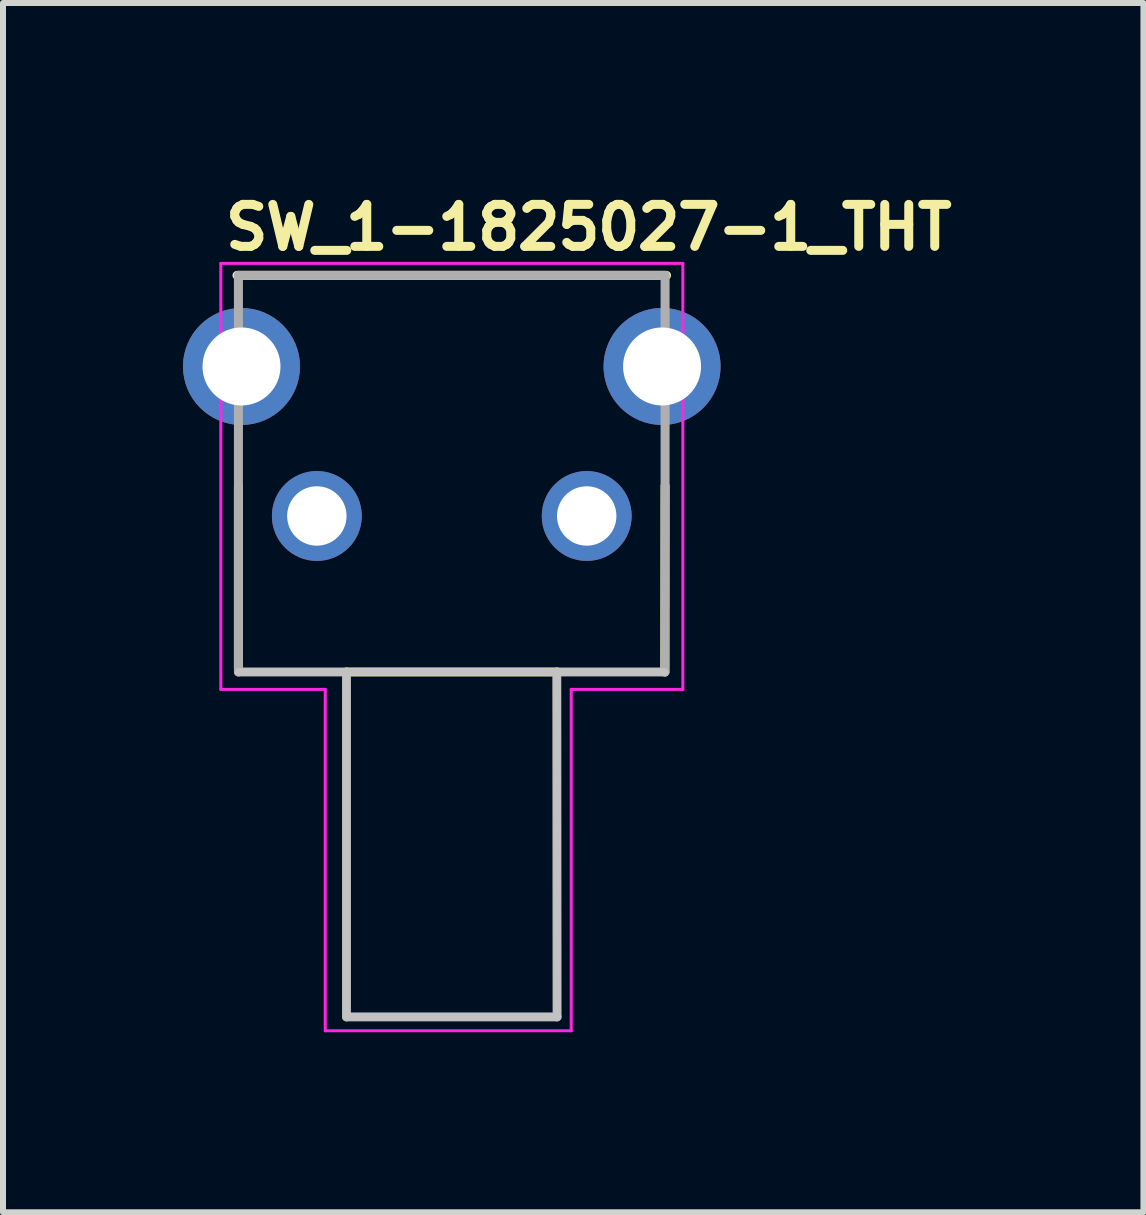
<source format=kicad_pcb>
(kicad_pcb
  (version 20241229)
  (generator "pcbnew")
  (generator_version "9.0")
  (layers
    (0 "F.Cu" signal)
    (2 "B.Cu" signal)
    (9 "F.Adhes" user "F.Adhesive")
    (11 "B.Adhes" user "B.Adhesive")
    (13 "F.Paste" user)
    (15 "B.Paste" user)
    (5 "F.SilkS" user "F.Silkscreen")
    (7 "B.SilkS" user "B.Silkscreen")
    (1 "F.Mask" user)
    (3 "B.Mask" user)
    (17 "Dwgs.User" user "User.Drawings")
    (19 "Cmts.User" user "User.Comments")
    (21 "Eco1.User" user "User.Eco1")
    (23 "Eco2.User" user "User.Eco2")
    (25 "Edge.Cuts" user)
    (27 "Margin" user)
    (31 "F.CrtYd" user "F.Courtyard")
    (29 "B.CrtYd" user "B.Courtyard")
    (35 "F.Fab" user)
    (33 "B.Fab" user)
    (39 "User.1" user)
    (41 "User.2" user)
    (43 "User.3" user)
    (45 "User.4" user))
  (footprint "SW_1-1825027-1_THT"
    (layer "F.Cu")
    (at 2.231 5.55)
    (property "Reference" "SW_1-1825027-1_THT" (at -1.6 -4.4 0) (layer "F.SilkS") (effects (font (size 0.7 0.7) (thickness 0.15)) (justify left bottom)))
    (attr through_hole)
    (fp_line (start -1.331 -4.01) (end 5.828 -4.01) (stroke (width 0.15) (type solid)) (layer "F.SilkS"))
    (fp_line (start -1.307 2.548) (end -1.307 -0.485) (stroke (width 0.15) (type solid)) (layer "F.SilkS"))
    (fp_line (start 4.004 2.6) (end 0.494 2.6) (stroke (width 0.15) (type solid)) (layer "F.SilkS"))
    (fp_line (start 5.804 -0.5) (end 5.799 2.6) (stroke (width 0.15) (type solid)) (layer "F.SilkS"))
    (fp_line (start 0.494 2.6) (end -1.307 2.6) (stroke (width 0.127) (type solid)) (layer "Dwgs.User"))
    (fp_line (start 0.494 2.6) (end 0.494 8.349) (stroke (width 0.127) (type solid)) (layer "Dwgs.User"))
    (fp_line (start 0.494 8.349) (end 4.004 8.349) (stroke (width 0.127) (type solid)) (layer "Dwgs.User"))
    (fp_line (start 4.004 2.6) (end 0.494 2.6) (stroke (width 0.127) (type solid)) (layer "Dwgs.User"))
    (fp_line (start 4.004 8.349) (end 4.004 2.6) (stroke (width 0.127) (type solid)) (layer "Dwgs.User"))
    (fp_line (start 5.799 2.6) (end 3.999 2.6) (stroke (width 0.127) (type solid)) (layer "Dwgs.User"))
    (fp_line (start -1.6 -4.21) (end -1.6 2.89) (stroke (width 0.05) (type solid)) (layer "F.CrtYd"))
    (fp_line (start -1.6 2.89) (end 0.14 2.89) (stroke (width 0.05) (type solid)) (layer "F.CrtYd"))
    (fp_line (start 0.14 2.89) (end 0.14 8.58) (stroke (width 0.05) (type solid)) (layer "F.CrtYd"))
    (fp_line (start 0.14 8.58) (end 4.24 8.58) (stroke (width 0.05) (type solid)) (layer "F.CrtYd"))
    (fp_line (start 4.24 2.89) (end 6.1 2.89) (stroke (width 0.05) (type solid)) (layer "F.CrtYd"))
    (fp_line (start 4.24 8.58) (end 4.24 2.89) (stroke (width 0.05) (type solid)) (layer "F.CrtYd"))
    (fp_line (start 6.1 -4.21) (end -1.6 -4.21) (stroke (width 0.05) (type solid)) (layer "F.CrtYd"))
    (fp_line (start 6.1 2.89) (end 6.1 -4.21) (stroke (width 0.05) (type solid)) (layer "F.CrtYd"))
    (fp_line (start -1.307 -4.01) (end 5.804 -4.01) (stroke (width 0.15) (type solid)) (layer "F.Fab"))
    (fp_line (start -1.307 2.6) (end -1.307 -4.01) (stroke (width 0.15) (type solid)) (layer "F.Fab"))
    (fp_line (start 0.494 2.6) (end -1.307 2.6) (stroke (width 0.15) (type solid)) (layer "F.Fab"))
    (fp_line (start 0.494 2.6) (end 0.494 8.349) (stroke (width 0.15) (type solid)) (layer "F.Fab"))
    (fp_line (start 0.494 8.349) (end 4.004 8.349) (stroke (width 0.15) (type solid)) (layer "F.Fab"))
    (fp_line (start 4.004 8.349) (end 3.999 2.6) (stroke (width 0.15) (type solid)) (layer "F.Fab"))
    (fp_line (start 5.799 2.6) (end 3.999 2.6) (stroke (width 0.15) (type solid)) (layer "F.Fab"))
    (fp_line (start 5.804 -4.01) (end 5.804 2.6) (stroke (width 0.15) (type solid)) (layer "F.Fab"))
    (fp_rect (start -1.954 -4.02) (end 6.453 8.351) (stroke (width 0.1) (type solid)) (fill no) (layer "User.5"))
    (fp_line (start -1.954 -2.991) (end -1.954 -2) (stroke (width 0.02) (type solid)) (layer "User.9"))
    (fp_line (start -1.954 -2.991) (end -1.861 -2.991) (stroke (width 0.02) (type solid)) (layer "User.9"))
    (fp_line (start -1.954 -2) (end -1.861 -2) (stroke (width 0.02) (type solid)) (layer "User.9"))
    (fp_line (start -1.911 -2.991) (end -1.861 -2.991) (stroke (width 0.02) (type solid)) (layer "User.9"))
    (fp_line (start -1.911 -2) (end -1.861 -2) (stroke (width 0.02) (type solid)) (layer "User.9"))
    (fp_line (start -1.861 -2.991) (end -1.329 -2.991) (stroke (width 0.02) (type solid)) (layer "User.9"))
    (fp_line (start -1.861 -2) (end -1.329 -2) (stroke (width 0.02) (type solid)) (layer "User.9"))
    (fp_line (start -1.329 -2.991) (end -1.307 -2.991) (stroke (width 0.02) (type solid)) (layer "User.9"))
    (fp_line (start -1.329 -2) (end -1.307 -2) (stroke (width 0.02) (type solid)) (layer "User.9"))
    (fp_line (start -1.307 -4.02) (end -1.307 -2.672) (stroke (width 0.02) (type solid)) (layer "User.9"))
    (fp_line (start -1.307 -2.672) (end -1.307 -1.073) (stroke (width 0.02) (type solid)) (layer "User.9"))
    (fp_line (start -1.307 -1.073) (end -1.307 -0.566) (stroke (width 0.02) (type solid)) (layer "User.9"))
    (fp_line (start -1.307 -0.591) (end -1.307 -0.566) (stroke (width 0.02) (type solid)) (layer "User.9"))
    (fp_line (start -1.307 2.152) (end -1.307 -0.566) (stroke (width 0.02) (type solid)) (layer "User.9"))
    (fp_line (start -1.307 2.152) (end -1.307 2.175) (stroke (width 0.02) (type solid)) (layer "User.9"))
    (fp_line (start -1.307 2.175) (end -1.305 2.196) (stroke (width 0.02) (type solid)) (layer "User.9"))
    (fp_line (start -1.305 -0.617) (end -1.307 -0.591) (stroke (width 0.02) (type solid)) (layer "User.9"))
    (fp_line (start -1.305 2.196) (end -1.303 2.217) (stroke (width 0.02) (type solid)) (layer "User.9"))
    (fp_line (start -1.303 2.217) (end -1.299 2.237) (stroke (width 0.02) (type solid)) (layer "User.9"))
    (fp_line (start -1.301 -0.643) (end -1.305 -0.617) (stroke (width 0.02) (type solid)) (layer "User.9"))
    (fp_line (start -1.299 2.237) (end -1.295 2.258) (stroke (width 0.02) (type solid)) (layer "User.9"))
    (fp_line (start -1.297 -0.668) (end -1.301 -0.643) (stroke (width 0.02) (type solid)) (layer "User.9"))
    (fp_line (start -1.295 2.258) (end -1.289 2.278) (stroke (width 0.02) (type solid)) (layer "User.9"))
    (fp_line (start -1.291 -0.693) (end -1.297 -0.668) (stroke (width 0.02) (type solid)) (layer "User.9"))
    (fp_line (start -1.289 2.278) (end -1.283 2.298) (stroke (width 0.02) (type solid)) (layer "User.9"))
    (fp_line (start -1.285 -0.716) (end -1.291 -0.693) (stroke (width 0.02) (type solid)) (layer "User.9"))
    (fp_line (start -1.283 2.298) (end -1.276 2.318) (stroke (width 0.02) (type solid)) (layer "User.9"))
    (fp_line (start -1.276 -0.739) (end -1.285 -0.716) (stroke (width 0.02) (type solid)) (layer "User.9"))
    (fp_line (start -1.276 2.318) (end -1.268 2.338) (stroke (width 0.02) (type solid)) (layer "User.9"))
    (fp_line (start -1.268 -0.762) (end -1.276 -0.739) (stroke (width 0.02) (type solid)) (layer "User.9"))
    (fp_line (start -1.268 2.338) (end -1.26 2.355) (stroke (width 0.02) (type solid)) (layer "User.9"))
    (fp_line (start -1.26 2.355) (end -1.25 2.374) (stroke (width 0.02) (type solid)) (layer "User.9"))
    (fp_line (start -1.256 -0.786) (end -1.268 -0.762) (stroke (width 0.02) (type solid)) (layer "User.9"))
    (fp_line (start -1.25 2.374) (end -1.24 2.391) (stroke (width 0.02) (type solid)) (layer "User.9"))
    (fp_line (start -1.246 -0.808) (end -1.256 -0.786) (stroke (width 0.02) (type solid)) (layer "User.9"))
    (fp_line (start -1.24 2.391) (end -1.228 2.41) (stroke (width 0.02) (type solid)) (layer "User.9"))
    (fp_line (start -1.234 -0.829) (end -1.246 -0.808) (stroke (width 0.02) (type solid)) (layer "User.9"))
    (fp_line (start -1.228 2.41) (end -1.216 2.426) (stroke (width 0.02) (type solid)) (layer "User.9"))
    (fp_line (start -1.22 -0.849) (end -1.234 -0.829) (stroke (width 0.02) (type solid)) (layer "User.9"))
    (fp_line (start -1.216 2.426) (end -1.204 2.442) (stroke (width 0.02) (type solid)) (layer "User.9"))
    (fp_line (start -1.206 -0.869) (end -1.22 -0.849) (stroke (width 0.02) (type solid)) (layer "User.9"))
    (fp_line (start -1.204 2.442) (end -1.19 2.458) (stroke (width 0.02) (type solid)) (layer "User.9"))
    (fp_line (start -1.19 -0.888) (end -1.206 -0.869) (stroke (width 0.02) (type solid)) (layer "User.9"))
    (fp_line (start -1.19 2.458) (end -1.176 2.472) (stroke (width 0.02) (type solid)) (layer "User.9"))
    (fp_line (start -1.176 -0.907) (end -1.19 -0.888) (stroke (width 0.02) (type solid)) (layer "User.9"))
    (fp_line (start -1.176 2.472) (end -1.162 2.487) (stroke (width 0.02) (type solid)) (layer "User.9"))
    (fp_line (start -1.162 2.487) (end -1.147 2.5) (stroke (width 0.02) (type solid)) (layer "User.9"))
    (fp_line (start -1.158 -0.925) (end -1.176 -0.907) (stroke (width 0.02) (type solid)) (layer "User.9"))
    (fp_line (start -1.147 2.5) (end -1.131 2.514) (stroke (width 0.02) (type solid)) (layer "User.9"))
    (fp_line (start -1.141 -0.942) (end -1.158 -0.925) (stroke (width 0.02) (type solid)) (layer "User.9"))
    (fp_line (start -1.131 2.514) (end -1.115 2.526) (stroke (width 0.02) (type solid)) (layer "User.9"))
    (fp_line (start -1.123 -0.958) (end -1.141 -0.942) (stroke (width 0.02) (type solid)) (layer "User.9"))
    (fp_line (start -1.115 2.526) (end -1.097 2.538) (stroke (width 0.02) (type solid)) (layer "User.9"))
    (fp_line (start -1.103 -0.972) (end -1.123 -0.958) (stroke (width 0.02) (type solid)) (layer "User.9"))
    (fp_line (start -1.097 2.538) (end -1.079 2.547) (stroke (width 0.02) (type solid)) (layer "User.9"))
    (fp_line (start -1.083 -0.986) (end -1.103 -0.972) (stroke (width 0.02) (type solid)) (layer "User.9"))
    (fp_line (start -1.079 2.547) (end -1.061 2.558) (stroke (width 0.02) (type solid)) (layer "User.9"))
    (fp_line (start -1.063 -0.999) (end -1.083 -0.986) (stroke (width 0.02) (type solid)) (layer "User.9"))
    (fp_line (start -1.061 2.558) (end -1.043 2.568) (stroke (width 0.02) (type solid)) (layer "User.9"))
    (fp_line (start -1.043 2.568) (end -1.024 2.576) (stroke (width 0.02) (type solid)) (layer "User.9"))
    (fp_line (start -1.041 -1.012) (end -1.063 -0.999) (stroke (width 0.02) (type solid)) (layer "User.9"))
    (fp_line (start -1.024 2.576) (end -1.004 2.583) (stroke (width 0.02) (type solid)) (layer "User.9"))
    (fp_line (start -1.02 -1.024) (end -1.041 -1.012) (stroke (width 0.02) (type solid)) (layer "User.9"))
    (fp_line (start -1.004 2.583) (end -0.984 2.589) (stroke (width 0.02) (type solid)) (layer "User.9"))
    (fp_line (start -0.996 -1.033) (end -1.02 -1.024) (stroke (width 0.02) (type solid)) (layer "User.9"))
    (fp_line (start -0.984 2.589) (end -0.964 2.596) (stroke (width 0.02) (type solid)) (layer "User.9"))
    (fp_line (start -0.973 -1.043) (end -0.996 -1.033) (stroke (width 0.02) (type solid)) (layer "User.9"))
    (fp_line (start -0.964 2.596) (end -0.944 2.6) (stroke (width 0.02) (type solid)) (layer "User.9"))
    (fp_line (start -0.951 -1.051) (end -0.973 -1.043) (stroke (width 0.02) (type solid)) (layer "User.9"))
    (fp_line (start -0.944 2.6) (end -0.923 2.604) (stroke (width 0.02) (type solid)) (layer "User.9"))
    (fp_line (start -0.926 -1.057) (end -0.951 -1.051) (stroke (width 0.02) (type solid)) (layer "User.9"))
    (fp_line (start -0.923 2.604) (end -0.901 2.607) (stroke (width 0.02) (type solid)) (layer "User.9"))
    (fp_line (start -0.902 -1.063) (end -0.926 -1.057) (stroke (width 0.02) (type solid)) (layer "User.9"))
    (fp_line (start -0.901 -4.02) (end -1.307 -4.02) (stroke (width 0.02) (type solid)) (layer "User.9"))
    (fp_line (start -0.901 -4.02) (end -0.901 -2.672) (stroke (width 0.02) (type solid)) (layer "User.9"))
    (fp_line (start -0.901 -2.672) (end -1.307 -2.672) (stroke (width 0.02) (type solid)) (layer "User.9"))
    (fp_line (start -0.901 -2.672) (end -0.901 -1.073) (stroke (width 0.02) (type solid)) (layer "User.9"))
    (fp_line (start -0.901 -1.073) (end -0.901 -1.063) (stroke (width 0.02) (type solid)) (layer "User.9"))
    (fp_line (start -0.901 -0.576) (end -0.901 -0.571) (stroke (width 0.02) (type solid)) (layer "User.9"))
    (fp_line (start -0.901 -0.571) (end -0.901 -0.566) (stroke (width 0.02) (type solid)) (layer "User.9"))
    (fp_line (start -0.901 -0.566) (end -0.898 -0.59) (stroke (width 0.02) (type solid)) (layer "User.9"))
    (fp_line (start -0.901 2.152) (end -0.901 -0.566) (stroke (width 0.02) (type solid)) (layer "User.9"))
    (fp_line (start -0.901 2.152) (end -0.901 2.156) (stroke (width 0.02) (type solid)) (layer "User.9"))
    (fp_line (start -0.901 2.155) (end -0.901 2.152) (stroke (width 0.02) (type solid)) (layer "User.9"))
    (fp_line (start -0.901 2.156) (end -0.901 2.155) (stroke (width 0.02) (type solid)) (layer "User.9"))
    (fp_line (start -0.901 2.156) (end -0.901 2.156) (stroke (width 0.02) (type solid)) (layer "User.9"))
    (fp_line (start -0.901 2.156) (end -0.901 2.157) (stroke (width 0.02) (type solid)) (layer "User.9"))
    (fp_line (start -0.901 2.157) (end -0.901 2.16) (stroke (width 0.02) (type solid)) (layer "User.9"))
    (fp_line (start -0.901 2.159) (end -0.901 2.156) (stroke (width 0.02) (type solid)) (layer "User.9"))
    (fp_line (start -0.901 2.16) (end -0.901 2.159) (stroke (width 0.02) (type solid)) (layer "User.9"))
    (fp_line (start -0.901 2.16) (end -0.9 2.163) (stroke (width 0.02) (type solid)) (layer "User.9"))
    (fp_line (start -0.901 2.607) (end -0.849 2.609) (stroke (width 0.02) (type solid)) (layer "User.9"))
    (fp_line (start -0.9 -0.58) (end -0.901 -0.576) (stroke (width 0.02) (type solid)) (layer "User.9"))
    (fp_line (start -0.9 2.161) (end -0.901 2.16) (stroke (width 0.02) (type solid)) (layer "User.9"))
    (fp_line (start -0.9 2.163) (end -0.9 2.161) (stroke (width 0.02) (type solid)) (layer "User.9"))
    (fp_line (start -0.9 2.163) (end -0.9 2.165) (stroke (width 0.02) (type solid)) (layer "User.9"))
    (fp_line (start -0.9 2.164) (end -0.9 2.163) (stroke (width 0.02) (type solid)) (layer "User.9"))
    (fp_line (start -0.9 2.165) (end -0.899 2.168) (stroke (width 0.02) (type solid)) (layer "User.9"))
    (fp_line (start -0.899 -0.585) (end -0.9 -0.58) (stroke (width 0.02) (type solid)) (layer "User.9"))
    (fp_line (start -0.899 2.165) (end -0.9 2.164) (stroke (width 0.02) (type solid)) (layer "User.9"))
    (fp_line (start -0.899 2.167) (end -0.899 2.165) (stroke (width 0.02) (type solid)) (layer "User.9"))
    (fp_line (start -0.899 2.168) (end -0.899 2.167) (stroke (width 0.02) (type solid)) (layer "User.9"))
    (fp_line (start -0.899 2.168) (end -0.898 2.169) (stroke (width 0.02) (type solid)) (layer "User.9"))
    (fp_line (start -0.898 -0.59) (end -0.899 -0.585) (stroke (width 0.02) (type solid)) (layer "User.9"))
    (fp_line (start -0.898 2.169) (end -0.899 2.168) (stroke (width 0.02) (type solid)) (layer "User.9"))
    (fp_line (start -0.898 2.169) (end -0.896 2.172) (stroke (width 0.02) (type solid)) (layer "User.9"))
    (fp_line (start -0.898 2.171) (end -0.898 2.169) (stroke (width 0.02) (type solid)) (layer "User.9"))
    (fp_line (start -0.896 -0.595) (end -0.898 -0.59) (stroke (width 0.02) (type solid)) (layer "User.9"))
    (fp_line (start -0.896 2.172) (end -0.898 2.171) (stroke (width 0.02) (type solid)) (layer "User.9"))
    (fp_line (start -0.896 2.172) (end -0.895 2.175) (stroke (width 0.02) (type solid)) (layer "User.9"))
    (fp_line (start -0.896 2.173) (end -0.896 2.172) (stroke (width 0.02) (type solid)) (layer "User.9"))
    (fp_line (start -0.895 2.175) (end -0.894 2.177) (stroke (width 0.02) (type solid)) (layer "User.9"))
    (fp_line (start -0.895 2.176) (end -0.896 2.173) (stroke (width 0.02) (type solid)) (layer "User.9"))
    (fp_line (start -0.894 -0.6) (end -0.896 -0.595) (stroke (width 0.02) (type solid)) (layer "User.9"))
    (fp_line (start -0.894 2.177) (end -0.893 2.178) (stroke (width 0.02) (type solid)) (layer "User.9"))
    (fp_line (start -0.893 2.178) (end -0.891 2.181) (stroke (width 0.02) (type solid)) (layer "User.9"))
    (fp_line (start -0.892 -0.604) (end -0.894 -0.6) (stroke (width 0.02) (type solid)) (layer "User.9"))
    (fp_line (start -0.891 2.181) (end -0.89 2.184) (stroke (width 0.02) (type solid)) (layer "User.9"))
    (fp_line (start -0.89 -0.609) (end -0.892 -0.604) (stroke (width 0.02) (type solid)) (layer "User.9"))
    (fp_line (start -0.89 2.184) (end -0.888 2.185) (stroke (width 0.02) (type solid)) (layer "User.9"))
    (fp_line (start -0.888 -0.613) (end -0.89 -0.609) (stroke (width 0.02) (type solid)) (layer "User.9"))
    (fp_line (start -0.888 2.185) (end -0.887 2.186) (stroke (width 0.02) (type solid)) (layer "User.9"))
    (fp_line (start -0.887 2.186) (end -0.885 2.189) (stroke (width 0.02) (type solid)) (layer "User.9"))
    (fp_line (start -0.885 -0.617) (end -0.888 -0.613) (stroke (width 0.02) (type solid)) (layer "User.9"))
    (fp_line (start -0.885 2.189) (end -0.883 2.19) (stroke (width 0.02) (type solid)) (layer "User.9"))
    (fp_line (start -0.883 -0.622) (end -0.885 -0.617) (stroke (width 0.02) (type solid)) (layer "User.9"))
    (fp_line (start -0.883 2.19) (end -0.881 2.193) (stroke (width 0.02) (type solid)) (layer "User.9"))
    (fp_line (start -0.881 2.193) (end -0.879 2.193) (stroke (width 0.02) (type solid)) (layer "User.9"))
    (fp_line (start -0.88 -0.625) (end -0.883 -0.622) (stroke (width 0.02) (type solid)) (layer "User.9"))
    (fp_line (start -0.879 2.193) (end -0.877 2.196) (stroke (width 0.02) (type solid)) (layer "User.9"))
    (fp_line (start -0.877 -0.629) (end -0.88 -0.625) (stroke (width 0.02) (type solid)) (layer "User.9"))
    (fp_line (start -0.877 2.196) (end -0.878 2.194) (stroke (width 0.02) (type solid)) (layer "User.9"))
    (fp_line (start -0.877 2.196) (end -0.875 2.197) (stroke (width 0.02) (type solid)) (layer "User.9"))
    (fp_line (start -0.876 -1.067) (end -0.902 -1.063) (stroke (width 0.02) (type solid)) (layer "User.9"))
    (fp_line (start -0.875 2.197) (end -0.877 2.196) (stroke (width 0.02) (type solid)) (layer "User.9"))
    (fp_line (start -0.875 2.197) (end -0.873 2.197) (stroke (width 0.02) (type solid)) (layer "User.9"))
    (fp_line (start -0.874 -0.633) (end -0.877 -0.629) (stroke (width 0.02) (type solid)) (layer "User.9"))
    (fp_line (start -0.873 2.197) (end -0.875 2.197) (stroke (width 0.02) (type solid)) (layer "User.9"))
    (fp_line (start -0.873 2.197) (end -0.871 2.198) (stroke (width 0.02) (type solid)) (layer "User.9"))
    (fp_line (start -0.871 2.198) (end -0.873 2.197) (stroke (width 0.02) (type solid)) (layer "User.9"))
    (fp_line (start -0.871 2.198) (end -0.868 2.2) (stroke (width 0.02) (type solid)) (layer "User.9"))
    (fp_line (start -0.87 -0.637) (end -0.874 -0.633) (stroke (width 0.02) (type solid)) (layer "User.9"))
    (fp_line (start -0.87 2.2) (end -0.871 2.198) (stroke (width 0.02) (type solid)) (layer "User.9"))
    (fp_line (start -0.868 2.2) (end -0.87 2.2) (stroke (width 0.02) (type solid)) (layer "User.9"))
    (fp_line (start -0.868 2.2) (end -0.866 2.201) (stroke (width 0.02) (type solid)) (layer "User.9"))
    (fp_line (start -0.867 -0.64) (end -0.87 -0.637) (stroke (width 0.02) (type solid)) (layer "User.9"))
    (fp_line (start -0.866 2.201) (end -0.868 2.2) (stroke (width 0.02) (type solid)) (layer "User.9"))
    (fp_line (start -0.866 2.201) (end -0.864 2.201) (stroke (width 0.02) (type solid)) (layer "User.9"))
    (fp_line (start -0.864 2.201) (end -0.866 2.201) (stroke (width 0.02) (type solid)) (layer "User.9"))
    (fp_line (start -0.864 2.201) (end -0.861 2.202) (stroke (width 0.02) (type solid)) (layer "User.9"))
    (fp_line (start -0.863 -0.644) (end -0.867 -0.64) (stroke (width 0.02) (type solid)) (layer "User.9"))
    (fp_line (start -0.863 2.201) (end -0.864 2.201) (stroke (width 0.02) (type solid)) (layer "User.9"))
    (fp_line (start -0.861 2.202) (end -0.863 2.201) (stroke (width 0.02) (type solid)) (layer "User.9"))
    (fp_line (start -0.861 2.202) (end -0.859 2.202) (stroke (width 0.02) (type solid)) (layer "User.9"))
    (fp_line (start -0.859 -0.647) (end -0.863 -0.644) (stroke (width 0.02) (type solid)) (layer "User.9"))
    (fp_line (start -0.859 2.202) (end -0.861 2.202) (stroke (width 0.02) (type solid)) (layer "User.9"))
    (fp_line (start -0.859 2.202) (end -0.857 2.204) (stroke (width 0.02) (type solid)) (layer "User.9"))
    (fp_line (start -0.857 2.202) (end -0.859 2.202) (stroke (width 0.02) (type solid)) (layer "User.9"))
    (fp_line (start -0.857 2.204) (end -0.854 2.204) (stroke (width 0.02) (type solid)) (layer "User.9"))
    (fp_line (start -0.855 -0.65) (end -0.859 -0.647) (stroke (width 0.02) (type solid)) (layer "User.9"))
    (fp_line (start -0.855 2.204) (end -0.857 2.202) (stroke (width 0.02) (type solid)) (layer "User.9"))
    (fp_line (start -0.854 2.204) (end -0.852 2.204) (stroke (width 0.02) (type solid)) (layer "User.9"))
    (fp_line (start -0.853 2.204) (end -0.855 2.204) (stroke (width 0.02) (type solid)) (layer "User.9"))
    (fp_line (start -0.852 2.204) (end -0.849 2.204) (stroke (width 0.02) (type solid)) (layer "User.9"))
    (fp_line (start -0.851 -0.653) (end -0.855 -0.65) (stroke (width 0.02) (type solid)) (layer "User.9"))
    (fp_line (start -0.851 2.204) (end -0.853 2.204) (stroke (width 0.02) (type solid)) (layer "User.9"))
    (fp_line (start -0.85 -1.071) (end -0.876 -1.067) (stroke (width 0.02) (type solid)) (layer "User.9"))
    (fp_line (start -0.849 2.204) (end -0.851 2.204) (stroke (width 0.02) (type solid)) (layer "User.9"))
    (fp_line (start -0.849 2.204) (end -0.748 2.204) (stroke (width 0.02) (type solid)) (layer "User.9"))
    (fp_line (start -0.849 2.609) (end -0.901 2.607) (stroke (width 0.02) (type solid)) (layer "User.9"))
    (fp_line (start -0.847 -0.655) (end -0.851 -0.653) (stroke (width 0.02) (type solid)) (layer "User.9"))
    (fp_line (start -0.843 -0.657) (end -0.847 -0.655) (stroke (width 0.02) (type solid)) (layer "User.9"))
    (fp_line (start -0.838 -0.659) (end -0.843 -0.657) (stroke (width 0.02) (type solid)) (layer "User.9"))
    (fp_line (start -0.833 -0.661) (end -0.838 -0.659) (stroke (width 0.02) (type solid)) (layer "User.9"))
    (fp_line (start -0.83 -0.663) (end -0.833 -0.661) (stroke (width 0.02) (type solid)) (layer "User.9"))
    (fp_line (start -0.826 -1.073) (end -0.85 -1.071) (stroke (width 0.02) (type solid)) (layer "User.9"))
    (fp_line (start -0.825 -0.664) (end -0.83 -0.663) (stroke (width 0.02) (type solid)) (layer "User.9"))
    (fp_line (start -0.82 -0.665) (end -0.825 -0.664) (stroke (width 0.02) (type solid)) (layer "User.9"))
    (fp_line (start -0.815 -0.666) (end -0.82 -0.665) (stroke (width 0.02) (type solid)) (layer "User.9"))
    (fp_line (start -0.81 -0.667) (end -0.815 -0.666) (stroke (width 0.02) (type solid)) (layer "User.9"))
    (fp_line (start -0.805 -0.667) (end -0.81 -0.667) (stroke (width 0.02) (type solid)) (layer "User.9"))
    (fp_line (start -0.8 -1.073) (end -0.826 -1.073) (stroke (width 0.02) (type solid)) (layer "User.9"))
    (fp_line (start -0.8 -1.073) (end -0.748 -1.073) (stroke (width 0.02) (type solid)) (layer "User.9"))
    (fp_line (start -0.8 -0.667) (end -0.805 -0.667) (stroke (width 0.02) (type solid)) (layer "User.9"))
    (fp_line (start -0.8 -0.667) (end -0.748 -0.667) (stroke (width 0.02) (type solid)) (layer "User.9"))
    (fp_line (start -0.748 -1.073) (end -0.748 2.204) (stroke (width 0.02) (type solid)) (layer "User.9"))
    (fp_line (start -0.748 2.204) (end -0.748 2.609) (stroke (width 0.02) (type solid)) (layer "User.9"))
    (fp_line (start -0.748 2.204) (end 5.246 2.204) (stroke (width 0.02) (type solid)) (layer "User.9"))
    (fp_line (start -0.748 2.609) (end -0.849 2.609) (stroke (width 0.02) (type solid)) (layer "User.9"))
    (fp_line (start -0.291 2.609) (end -0.291 2.914) (stroke (width 0.02) (type solid)) (layer "User.9"))
    (fp_line (start -0.279 2.914) (end -0.291 2.914) (stroke (width 0.02) (type solid)) (layer "User.9"))
    (fp_line (start -0.279 2.914) (end -0.279 2.914) (stroke (width 0.02) (type solid)) (layer "User.9"))
    (fp_line (start -0.24 2.914) (end -0.279 2.914) (stroke (width 0.02) (type solid)) (layer "User.9"))
    (fp_line (start -0.24 2.914) (end -0.24 2.914) (stroke (width 0.02) (type solid)) (layer "User.9"))
    (fp_line (start -0.18 2.914) (end -0.24 2.914) (stroke (width 0.02) (type solid)) (layer "User.9"))
    (fp_line (start -0.18 2.914) (end -0.18 2.914) (stroke (width 0.02) (type solid)) (layer "User.9"))
    (fp_line (start -0.1 2.914) (end -0.18 2.914) (stroke (width 0.02) (type solid)) (layer "User.9"))
    (fp_line (start -0.1 2.914) (end -0.1 2.914) (stroke (width 0.02) (type solid)) (layer "User.9"))
    (fp_line (start -0.003 2.914) (end -0.1 2.914) (stroke (width 0.02) (type solid)) (layer "User.9"))
    (fp_line (start -0.003 2.914) (end -0.003 2.914) (stroke (width 0.02) (type solid)) (layer "User.9"))
    (fp_line (start 0.104 2.914) (end -0.003 2.914) (stroke (width 0.02) (type solid)) (layer "User.9"))
    (fp_line (start 0.104 2.914) (end 0.104 2.914) (stroke (width 0.02) (type solid)) (layer "User.9"))
    (fp_line (start 0.216 2.914) (end 0.104 2.914) (stroke (width 0.02) (type solid)) (layer "User.9"))
    (fp_line (start 0.216 2.914) (end 0.216 2.914) (stroke (width 0.02) (type solid)) (layer "User.9"))
    (fp_line (start 0.437 2.914) (end 0.216 2.914) (stroke (width 0.02) (type solid)) (layer "User.9"))
    (fp_line (start 0.437 2.914) (end 0.437 2.914) (stroke (width 0.02) (type solid)) (layer "User.9"))
    (fp_line (start 0.534 2.914) (end 0.437 2.914) (stroke (width 0.02) (type solid)) (layer "User.9"))
    (fp_line (start 0.534 2.914) (end 0.534 2.914) (stroke (width 0.02) (type solid)) (layer "User.9"))
    (fp_line (start 0.614 2.914) (end 0.534 2.914) (stroke (width 0.02) (type solid)) (layer "User.9"))
    (fp_line (start 0.614 2.914) (end 0.614 2.914) (stroke (width 0.02) (type solid)) (layer "User.9"))
    (fp_line (start 0.649 8.153) (end 0.504 2.914) (stroke (width 0.02) (type solid)) (layer "User.9"))
    (fp_line (start 0.649 8.153) (end 0.65 8.163) (stroke (width 0.02) (type solid)) (layer "User.9"))
    (fp_line (start 0.65 8.163) (end 0.651 8.172) (stroke (width 0.02) (type solid)) (layer "User.9"))
    (fp_line (start 0.651 8.172) (end 0.652 8.182) (stroke (width 0.02) (type solid)) (layer "User.9"))
    (fp_line (start 0.652 8.182) (end 0.654 8.192) (stroke (width 0.02) (type solid)) (layer "User.9"))
    (fp_line (start 0.654 8.192) (end 0.657 8.202) (stroke (width 0.02) (type solid)) (layer "User.9"))
    (fp_line (start 0.657 8.202) (end 0.66 8.211) (stroke (width 0.02) (type solid)) (layer "User.9"))
    (fp_line (start 0.66 8.211) (end 0.663 8.22) (stroke (width 0.02) (type solid)) (layer "User.9"))
    (fp_line (start 0.663 8.22) (end 0.667 8.23) (stroke (width 0.02) (type solid)) (layer "User.9"))
    (fp_line (start 0.667 8.23) (end 0.671 8.239) (stroke (width 0.02) (type solid)) (layer "User.9"))
    (fp_line (start 0.671 8.239) (end 0.676 8.247) (stroke (width 0.02) (type solid)) (layer "User.9"))
    (fp_line (start 0.675 2.914) (end 0.614 2.914) (stroke (width 0.02) (type solid)) (layer "User.9"))
    (fp_line (start 0.675 2.914) (end 0.675 2.914) (stroke (width 0.02) (type solid)) (layer "User.9"))
    (fp_line (start 0.676 8.247) (end 0.681 8.256) (stroke (width 0.02) (type solid)) (layer "User.9"))
    (fp_line (start 0.681 8.256) (end 0.686 8.263) (stroke (width 0.02) (type solid)) (layer "User.9"))
    (fp_line (start 0.686 8.263) (end 0.692 8.272) (stroke (width 0.02) (type solid)) (layer "User.9"))
    (fp_line (start 0.692 8.272) (end 0.698 8.278) (stroke (width 0.02) (type solid)) (layer "User.9"))
    (fp_line (start 0.698 8.278) (end 0.703 8.285) (stroke (width 0.02) (type solid)) (layer "User.9"))
    (fp_line (start 0.703 8.285) (end 0.71 8.293) (stroke (width 0.02) (type solid)) (layer "User.9"))
    (fp_line (start 0.71 8.293) (end 0.717 8.3) (stroke (width 0.02) (type solid)) (layer "User.9"))
    (fp_line (start 0.712 2.914) (end 0.675 2.914) (stroke (width 0.02) (type solid)) (layer "User.9"))
    (fp_line (start 0.712 2.914) (end 0.712 2.914) (stroke (width 0.02) (type solid)) (layer "User.9"))
    (fp_line (start 0.717 8.3) (end 0.724 8.306) (stroke (width 0.02) (type solid)) (layer "User.9"))
    (fp_line (start 0.724 2.609) (end 0.724 2.914) (stroke (width 0.02) (type solid)) (layer "User.9"))
    (fp_line (start 0.724 2.914) (end 0.712 2.914) (stroke (width 0.02) (type solid)) (layer "User.9"))
    (fp_line (start 0.724 8.306) (end 0.732 8.311) (stroke (width 0.02) (type solid)) (layer "User.9"))
    (fp_line (start 0.732 8.311) (end 0.74 8.316) (stroke (width 0.02) (type solid)) (layer "User.9"))
    (fp_line (start 0.74 8.316) (end 0.748 8.322) (stroke (width 0.02) (type solid)) (layer "User.9"))
    (fp_line (start 0.748 8.322) (end 0.756 8.326) (stroke (width 0.02) (type solid)) (layer "User.9"))
    (fp_line (start 0.756 8.326) (end 0.765 8.33) (stroke (width 0.02) (type solid)) (layer "User.9"))
    (fp_line (start 0.765 8.33) (end 0.775 8.335) (stroke (width 0.02) (type solid)) (layer "User.9"))
    (fp_line (start 0.775 8.335) (end 0.784 8.339) (stroke (width 0.02) (type solid)) (layer "User.9"))
    (fp_line (start 0.784 8.339) (end 0.793 8.342) (stroke (width 0.02) (type solid)) (layer "User.9"))
    (fp_line (start 0.793 8.342) (end 0.803 8.345) (stroke (width 0.02) (type solid)) (layer "User.9"))
    (fp_line (start 0.803 8.345) (end 0.812 8.346) (stroke (width 0.02) (type solid)) (layer "User.9"))
    (fp_line (start 0.812 8.346) (end 0.822 8.348) (stroke (width 0.02) (type solid)) (layer "User.9"))
    (fp_line (start 0.822 8.348) (end 0.832 8.349) (stroke (width 0.02) (type solid)) (layer "User.9"))
    (fp_line (start 0.832 8.349) (end 0.841 8.349) (stroke (width 0.02) (type solid)) (layer "User.9"))
    (fp_line (start 0.841 8.349) (end 0.851 8.351) (stroke (width 0.02) (type solid)) (layer "User.9"))
    (fp_line (start 0.851 8.351) (end 0.886 8.351) (stroke (width 0.02) (type solid)) (layer "User.9"))
    (fp_line (start 0.886 8.351) (end 0.851 8.351) (stroke (width 0.02) (type solid)) (layer "User.9"))
    (fp_line (start 0.886 8.351) (end 0.886 8.351) (stroke (width 0.02) (type solid)) (layer "User.9"))
    (fp_line (start 0.886 8.351) (end 0.886 8.351) (stroke (width 0.02) (type solid)) (layer "User.9"))
    (fp_line (start 0.886 8.351) (end 0.99 8.351) (stroke (width 0.02) (type solid)) (layer "User.9"))
    (fp_line (start 0.99 8.351) (end 0.886 8.351) (stroke (width 0.02) (type solid)) (layer "User.9"))
    (fp_line (start 0.99 8.351) (end 0.99 8.351) (stroke (width 0.02) (type solid)) (layer "User.9"))
    (fp_line (start 0.99 8.351) (end 0.99 8.351) (stroke (width 0.02) (type solid)) (layer "User.9"))
    (fp_line (start 0.99 8.351) (end 1.157 8.351) (stroke (width 0.02) (type solid)) (layer "User.9"))
    (fp_line (start 1.157 8.351) (end 0.99 8.351) (stroke (width 0.02) (type solid)) (layer "User.9"))
    (fp_line (start 1.157 8.351) (end 1.157 8.351) (stroke (width 0.02) (type solid)) (layer "User.9"))
    (fp_line (start 1.157 8.351) (end 1.157 8.351) (stroke (width 0.02) (type solid)) (layer "User.9"))
    (fp_line (start 1.157 8.351) (end 1.378 8.351) (stroke (width 0.02) (type solid)) (layer "User.9"))
    (fp_line (start 1.378 8.351) (end 1.157 8.351) (stroke (width 0.02) (type solid)) (layer "User.9"))
    (fp_line (start 1.378 8.351) (end 1.378 8.351) (stroke (width 0.02) (type solid)) (layer "User.9"))
    (fp_line (start 1.378 8.351) (end 1.378 8.351) (stroke (width 0.02) (type solid)) (layer "User.9"))
    (fp_line (start 1.378 8.351) (end 1.642 8.351) (stroke (width 0.02) (type solid)) (layer "User.9"))
    (fp_line (start 1.642 8.351) (end 1.378 8.351) (stroke (width 0.02) (type solid)) (layer "User.9"))
    (fp_line (start 1.642 8.351) (end 1.642 8.351) (stroke (width 0.02) (type solid)) (layer "User.9"))
    (fp_line (start 1.642 8.351) (end 1.642 8.351) (stroke (width 0.02) (type solid)) (layer "User.9"))
    (fp_line (start 1.642 8.351) (end 1.939 8.351) (stroke (width 0.02) (type solid)) (layer "User.9"))
    (fp_line (start 1.939 8.351) (end 1.642 8.351) (stroke (width 0.02) (type solid)) (layer "User.9"))
    (fp_line (start 1.939 8.351) (end 1.939 8.351) (stroke (width 0.02) (type solid)) (layer "User.9"))
    (fp_line (start 1.939 8.351) (end 1.939 8.351) (stroke (width 0.02) (type solid)) (layer "User.9"))
    (fp_line (start 1.939 8.351) (end 2.249 8.351) (stroke (width 0.02) (type solid)) (layer "User.9"))
    (fp_line (start 2.249 8.351) (end 1.939 8.351) (stroke (width 0.02) (type solid)) (layer "User.9"))
    (fp_line (start 2.249 8.351) (end 2.249 8.351) (stroke (width 0.02) (type solid)) (layer "User.9"))
    (fp_line (start 2.249 8.351) (end 2.249 8.351) (stroke (width 0.02) (type solid)) (layer "User.9"))
    (fp_line (start 2.249 8.351) (end 2.56 8.351) (stroke (width 0.02) (type solid)) (layer "User.9"))
    (fp_line (start 2.56 8.351) (end 2.249 8.351) (stroke (width 0.02) (type solid)) (layer "User.9"))
    (fp_line (start 2.56 8.351) (end 2.56 8.351) (stroke (width 0.02) (type solid)) (layer "User.9"))
    (fp_line (start 2.56 8.351) (end 2.56 8.351) (stroke (width 0.02) (type solid)) (layer "User.9"))
    (fp_line (start 2.56 8.351) (end 2.855 8.351) (stroke (width 0.02) (type solid)) (layer "User.9"))
    (fp_line (start 2.855 8.351) (end 2.56 8.351) (stroke (width 0.02) (type solid)) (layer "User.9"))
    (fp_line (start 2.855 8.351) (end 2.855 8.351) (stroke (width 0.02) (type solid)) (layer "User.9"))
    (fp_line (start 2.855 8.351) (end 2.855 8.351) (stroke (width 0.02) (type solid)) (layer "User.9"))
    (fp_line (start 2.855 8.351) (end 3.12 8.351) (stroke (width 0.02) (type solid)) (layer "User.9"))
    (fp_line (start 3.12 8.351) (end 2.855 8.351) (stroke (width 0.02) (type solid)) (layer "User.9"))
    (fp_line (start 3.12 8.351) (end 3.12 8.351) (stroke (width 0.02) (type solid)) (layer "User.9"))
    (fp_line (start 3.12 8.351) (end 3.12 8.351) (stroke (width 0.02) (type solid)) (layer "User.9"))
    (fp_line (start 3.12 8.351) (end 3.342 8.351) (stroke (width 0.02) (type solid)) (layer "User.9"))
    (fp_line (start 3.342 8.351) (end 3.12 8.351) (stroke (width 0.02) (type solid)) (layer "User.9"))
    (fp_line (start 3.342 8.351) (end 3.342 8.351) (stroke (width 0.02) (type solid)) (layer "User.9"))
    (fp_line (start 3.342 8.351) (end 3.342 8.351) (stroke (width 0.02) (type solid)) (layer "User.9"))
    (fp_line (start 3.342 8.351) (end 3.507 8.351) (stroke (width 0.02) (type solid)) (layer "User.9"))
    (fp_line (start 3.507 8.351) (end 3.342 8.351) (stroke (width 0.02) (type solid)) (layer "User.9"))
    (fp_line (start 3.507 8.351) (end 3.507 8.351) (stroke (width 0.02) (type solid)) (layer "User.9"))
    (fp_line (start 3.507 8.351) (end 3.507 8.351) (stroke (width 0.02) (type solid)) (layer "User.9"))
    (fp_line (start 3.507 8.351) (end 3.612 8.351) (stroke (width 0.02) (type solid)) (layer "User.9"))
    (fp_line (start 3.612 8.351) (end 3.507 8.351) (stroke (width 0.02) (type solid)) (layer "User.9"))
    (fp_line (start 3.612 8.351) (end 3.612 8.351) (stroke (width 0.02) (type solid)) (layer "User.9"))
    (fp_line (start 3.612 8.351) (end 3.612 8.351) (stroke (width 0.02) (type solid)) (layer "User.9"))
    (fp_line (start 3.612 8.351) (end 3.647 8.351) (stroke (width 0.02) (type solid)) (layer "User.9"))
    (fp_line (start 3.647 8.351) (end 3.612 8.351) (stroke (width 0.02) (type solid)) (layer "User.9"))
    (fp_line (start 3.656 8.349) (end 3.647 8.351) (stroke (width 0.02) (type solid)) (layer "User.9"))
    (fp_line (start 3.667 8.349) (end 3.656 8.349) (stroke (width 0.02) (type solid)) (layer "User.9"))
    (fp_line (start 3.676 8.348) (end 3.667 8.349) (stroke (width 0.02) (type solid)) (layer "User.9"))
    (fp_line (start 3.687 8.346) (end 3.676 8.348) (stroke (width 0.02) (type solid)) (layer "User.9"))
    (fp_line (start 3.696 8.345) (end 3.687 8.346) (stroke (width 0.02) (type solid)) (layer "User.9"))
    (fp_line (start 3.705 8.342) (end 3.696 8.345) (stroke (width 0.02) (type solid)) (layer "User.9"))
    (fp_line (start 3.714 8.339) (end 3.705 8.342) (stroke (width 0.02) (type solid)) (layer "User.9"))
    (fp_line (start 3.724 8.335) (end 3.714 8.339) (stroke (width 0.02) (type solid)) (layer "User.9"))
    (fp_line (start 3.733 8.33) (end 3.724 8.335) (stroke (width 0.02) (type solid)) (layer "User.9"))
    (fp_line (start 3.741 8.326) (end 3.733 8.33) (stroke (width 0.02) (type solid)) (layer "User.9"))
    (fp_line (start 3.749 8.322) (end 3.741 8.326) (stroke (width 0.02) (type solid)) (layer "User.9"))
    (fp_line (start 3.757 8.316) (end 3.749 8.322) (stroke (width 0.02) (type solid)) (layer "User.9"))
    (fp_line (start 3.765 8.311) (end 3.757 8.316) (stroke (width 0.02) (type solid)) (layer "User.9"))
    (fp_line (start 3.773 2.609) (end 3.773 2.914) (stroke (width 0.02) (type solid)) (layer "User.9"))
    (fp_line (start 3.773 8.306) (end 3.765 8.311) (stroke (width 0.02) (type solid)) (layer "User.9"))
    (fp_line (start 3.781 8.3) (end 3.773 8.306) (stroke (width 0.02) (type solid)) (layer "User.9"))
    (fp_line (start 3.785 2.914) (end 3.773 2.914) (stroke (width 0.02) (type solid)) (layer "User.9"))
    (fp_line (start 3.785 2.914) (end 3.785 2.914) (stroke (width 0.02) (type solid)) (layer "User.9"))
    (fp_line (start 3.788 8.293) (end 3.781 8.3) (stroke (width 0.02) (type solid)) (layer "User.9"))
    (fp_line (start 3.794 8.285) (end 3.788 8.293) (stroke (width 0.02) (type solid)) (layer "User.9"))
    (fp_line (start 3.801 8.278) (end 3.794 8.285) (stroke (width 0.02) (type solid)) (layer "User.9"))
    (fp_line (start 3.806 8.272) (end 3.801 8.278) (stroke (width 0.02) (type solid)) (layer "User.9"))
    (fp_line (start 3.813 8.263) (end 3.806 8.272) (stroke (width 0.02) (type solid)) (layer "User.9"))
    (fp_line (start 3.817 8.256) (end 3.813 8.263) (stroke (width 0.02) (type solid)) (layer "User.9"))
    (fp_line (start 3.822 8.247) (end 3.817 8.256) (stroke (width 0.02) (type solid)) (layer "User.9"))
    (fp_line (start 3.824 2.914) (end 3.785 2.914) (stroke (width 0.02) (type solid)) (layer "User.9"))
    (fp_line (start 3.824 2.914) (end 3.824 2.914) (stroke (width 0.02) (type solid)) (layer "User.9"))
    (fp_line (start 3.828 8.239) (end 3.822 8.247) (stroke (width 0.02) (type solid)) (layer "User.9"))
    (fp_line (start 3.832 8.23) (end 3.828 8.239) (stroke (width 0.02) (type solid)) (layer "User.9"))
    (fp_line (start 3.836 8.22) (end 3.832 8.23) (stroke (width 0.02) (type solid)) (layer "User.9"))
    (fp_line (start 3.838 8.211) (end 3.836 8.22) (stroke (width 0.02) (type solid)) (layer "User.9"))
    (fp_line (start 3.842 8.202) (end 3.838 8.211) (stroke (width 0.02) (type solid)) (layer "User.9"))
    (fp_line (start 3.845 8.192) (end 3.842 8.202) (stroke (width 0.02) (type solid)) (layer "User.9"))
    (fp_line (start 3.846 8.182) (end 3.845 8.192) (stroke (width 0.02) (type solid)) (layer "User.9"))
    (fp_line (start 3.847 8.172) (end 3.846 8.182) (stroke (width 0.02) (type solid)) (layer "User.9"))
    (fp_line (start 3.849 8.163) (end 3.847 8.172) (stroke (width 0.02) (type solid)) (layer "User.9"))
    (fp_line (start 3.85 8.153) (end 3.849 8.163) (stroke (width 0.02) (type solid)) (layer "User.9"))
    (fp_line (start 3.85 8.153) (end 3.994 2.914) (stroke (width 0.02) (type solid)) (layer "User.9"))
    (fp_line (start 3.883 2.914) (end 3.824 2.914) (stroke (width 0.02) (type solid)) (layer "User.9"))
    (fp_line (start 3.883 2.914) (end 3.883 2.914) (stroke (width 0.02) (type solid)) (layer "User.9"))
    (fp_line (start 3.965 2.914) (end 3.883 2.914) (stroke (width 0.02) (type solid)) (layer "User.9"))
    (fp_line (start 3.965 2.914) (end 3.965 2.914) (stroke (width 0.02) (type solid)) (layer "User.9"))
    (fp_line (start 4.06 2.914) (end 3.965 2.914) (stroke (width 0.02) (type solid)) (layer "User.9"))
    (fp_line (start 4.06 2.914) (end 4.06 2.914) (stroke (width 0.02) (type solid)) (layer "User.9"))
    (fp_line (start 4.168 2.914) (end 4.06 2.914) (stroke (width 0.02) (type solid)) (layer "User.9"))
    (fp_line (start 4.168 2.914) (end 4.168 2.914) (stroke (width 0.02) (type solid)) (layer "User.9"))
    (fp_line (start 4.28 2.914) (end 4.168 2.914) (stroke (width 0.02) (type solid)) (layer "User.9"))
    (fp_line (start 4.28 2.914) (end 4.28 2.914) (stroke (width 0.02) (type solid)) (layer "User.9"))
    (fp_line (start 4.501 2.914) (end 4.28 2.914) (stroke (width 0.02) (type solid)) (layer "User.9"))
    (fp_line (start 4.501 2.914) (end 4.501 2.914) (stroke (width 0.02) (type solid)) (layer "User.9"))
    (fp_line (start 4.597 2.914) (end 4.501 2.914) (stroke (width 0.02) (type solid)) (layer "User.9"))
    (fp_line (start 4.597 2.914) (end 4.597 2.914) (stroke (width 0.02) (type solid)) (layer "User.9"))
    (fp_line (start 4.679 2.914) (end 4.597 2.914) (stroke (width 0.02) (type solid)) (layer "User.9"))
    (fp_line (start 4.679 2.914) (end 4.679 2.914) (stroke (width 0.02) (type solid)) (layer "User.9"))
    (fp_line (start 4.738 2.914) (end 4.679 2.914) (stroke (width 0.02) (type solid)) (layer "User.9"))
    (fp_line (start 4.738 2.914) (end 4.738 2.914) (stroke (width 0.02) (type solid)) (layer "User.9"))
    (fp_line (start 4.777 2.914) (end 4.738 2.914) (stroke (width 0.02) (type solid)) (layer "User.9"))
    (fp_line (start 4.777 2.914) (end 4.777 2.914) (stroke (width 0.02) (type solid)) (layer "User.9"))
    (fp_line (start 4.788 2.609) (end 4.788 2.914) (stroke (width 0.02) (type solid)) (layer "User.9"))
    (fp_line (start 4.788 2.914) (end 4.777 2.914) (stroke (width 0.02) (type solid)) (layer "User.9"))
    (fp_line (start 5.246 -1.073) (end -0.748 -1.073) (stroke (width 0.02) (type solid)) (layer "User.9"))
    (fp_line (start 5.246 -1.073) (end 5.296 -1.073) (stroke (width 0.02) (type solid)) (layer "User.9"))
    (fp_line (start 5.246 -0.667) (end 5.296 -0.667) (stroke (width 0.02) (type solid)) (layer "User.9"))
    (fp_line (start 5.246 2.204) (end -0.748 2.204) (stroke (width 0.02) (type solid)) (layer "User.9"))
    (fp_line (start 5.246 2.204) (end 5.246 -1.073) (stroke (width 0.02) (type solid)) (layer "User.9"))
    (fp_line (start 5.246 2.204) (end 5.246 2.609) (stroke (width 0.02) (type solid)) (layer "User.9"))
    (fp_line (start 5.246 2.204) (end 5.347 2.204) (stroke (width 0.02) (type solid)) (layer "User.9"))
    (fp_line (start 5.246 2.609) (end -0.748 2.609) (stroke (width 0.02) (type solid)) (layer "User.9"))
    (fp_line (start 5.302 -0.667) (end 5.296 -0.667) (stroke (width 0.02) (type solid)) (layer "User.9"))
    (fp_line (start 5.307 -0.667) (end 5.302 -0.667) (stroke (width 0.02) (type solid)) (layer "User.9"))
    (fp_line (start 5.312 -0.666) (end 5.307 -0.667) (stroke (width 0.02) (type solid)) (layer "User.9"))
    (fp_line (start 5.318 -0.665) (end 5.312 -0.666) (stroke (width 0.02) (type solid)) (layer "User.9"))
    (fp_line (start 5.323 -1.073) (end 5.296 -1.073) (stroke (width 0.02) (type solid)) (layer "User.9"))
    (fp_line (start 5.323 -0.664) (end 5.318 -0.665) (stroke (width 0.02) (type solid)) (layer "User.9"))
    (fp_line (start 5.328 -0.663) (end 5.323 -0.664) (stroke (width 0.02) (type solid)) (layer "User.9"))
    (fp_line (start 5.331 -0.661) (end 5.328 -0.663) (stroke (width 0.02) (type solid)) (layer "User.9"))
    (fp_line (start 5.336 -0.659) (end 5.331 -0.661) (stroke (width 0.02) (type solid)) (layer "User.9"))
    (fp_line (start 5.342 -0.657) (end 5.336 -0.659) (stroke (width 0.02) (type solid)) (layer "User.9"))
    (fp_line (start 5.345 -0.655) (end 5.342 -0.657) (stroke (width 0.02) (type solid)) (layer "User.9"))
    (fp_line (start 5.347 2.204) (end 5.35 2.204) (stroke (width 0.02) (type solid)) (layer "User.9"))
    (fp_line (start 5.347 2.609) (end 5.246 2.609) (stroke (width 0.02) (type solid)) (layer "User.9"))
    (fp_line (start 5.347 2.609) (end 5.398 2.607) (stroke (width 0.02) (type solid)) (layer "User.9"))
    (fp_line (start 5.349 -1.071) (end 5.323 -1.073) (stroke (width 0.02) (type solid)) (layer "User.9"))
    (fp_line (start 5.35 -0.653) (end 5.345 -0.655) (stroke (width 0.02) (type solid)) (layer "User.9"))
    (fp_line (start 5.35 2.204) (end 5.347 2.204) (stroke (width 0.02) (type solid)) (layer "User.9"))
    (fp_line (start 5.35 2.204) (end 5.35 2.204) (stroke (width 0.02) (type solid)) (layer "User.9"))
    (fp_line (start 5.35 2.204) (end 5.352 2.204) (stroke (width 0.02) (type solid)) (layer "User.9"))
    (fp_line (start 5.352 2.204) (end 5.35 2.204) (stroke (width 0.02) (type solid)) (layer "User.9"))
    (fp_line (start 5.352 2.204) (end 5.355 2.204) (stroke (width 0.02) (type solid)) (layer "User.9"))
    (fp_line (start 5.353 -0.65) (end 5.35 -0.653) (stroke (width 0.02) (type solid)) (layer "User.9"))
    (fp_line (start 5.353 2.204) (end 5.352 2.204) (stroke (width 0.02) (type solid)) (layer "User.9"))
    (fp_line (start 5.355 2.202) (end 5.353 2.204) (stroke (width 0.02) (type solid)) (layer "User.9"))
    (fp_line (start 5.355 2.202) (end 5.355 2.202) (stroke (width 0.02) (type solid)) (layer "User.9"))
    (fp_line (start 5.355 2.204) (end 5.358 2.202) (stroke (width 0.02) (type solid)) (layer "User.9"))
    (fp_line (start 5.358 -0.647) (end 5.353 -0.65) (stroke (width 0.02) (type solid)) (layer "User.9"))
    (fp_line (start 5.358 2.202) (end 5.355 2.202) (stroke (width 0.02) (type solid)) (layer "User.9"))
    (fp_line (start 5.358 2.202) (end 5.358 2.202) (stroke (width 0.02) (type solid)) (layer "User.9"))
    (fp_line (start 5.358 2.202) (end 5.36 2.202) (stroke (width 0.02) (type solid)) (layer "User.9"))
    (fp_line (start 5.36 2.201) (end 5.358 2.202) (stroke (width 0.02) (type solid)) (layer "User.9"))
    (fp_line (start 5.36 2.202) (end 5.363 2.201) (stroke (width 0.02) (type solid)) (layer "User.9"))
    (fp_line (start 5.361 -0.644) (end 5.358 -0.647) (stroke (width 0.02) (type solid)) (layer "User.9"))
    (fp_line (start 5.361 2.201) (end 5.36 2.201) (stroke (width 0.02) (type solid)) (layer "User.9"))
    (fp_line (start 5.363 2.201) (end 5.361 2.201) (stroke (width 0.02) (type solid)) (layer "User.9"))
    (fp_line (start 5.363 2.201) (end 5.363 2.201) (stroke (width 0.02) (type solid)) (layer "User.9"))
    (fp_line (start 5.363 2.201) (end 5.365 2.201) (stroke (width 0.02) (type solid)) (layer "User.9"))
    (fp_line (start 5.365 2.201) (end 5.366 2.2) (stroke (width 0.02) (type solid)) (layer "User.9"))
    (fp_line (start 5.366 -0.64) (end 5.361 -0.644) (stroke (width 0.02) (type solid)) (layer "User.9"))
    (fp_line (start 5.366 2.2) (end 5.366 2.201) (stroke (width 0.02) (type solid)) (layer "User.9"))
    (fp_line (start 5.366 2.2) (end 5.369 2.198) (stroke (width 0.02) (type solid)) (layer "User.9"))
    (fp_line (start 5.366 2.201) (end 5.363 2.201) (stroke (width 0.02) (type solid)) (layer "User.9"))
    (fp_line (start 5.368 -0.637) (end 5.366 -0.64) (stroke (width 0.02) (type solid)) (layer "User.9"))
    (fp_line (start 5.368 2.2) (end 5.366 2.2) (stroke (width 0.02) (type solid)) (layer "User.9"))
    (fp_line (start 5.369 2.198) (end 5.368 2.2) (stroke (width 0.02) (type solid)) (layer "User.9"))
    (fp_line (start 5.369 2.198) (end 5.371 2.197) (stroke (width 0.02) (type solid)) (layer "User.9"))
    (fp_line (start 5.371 2.197) (end 5.374 2.197) (stroke (width 0.02) (type solid)) (layer "User.9"))
    (fp_line (start 5.373 -0.633) (end 5.368 -0.637) (stroke (width 0.02) (type solid)) (layer "User.9"))
    (fp_line (start 5.374 -1.067) (end 5.349 -1.071) (stroke (width 0.02) (type solid)) (layer "User.9"))
    (fp_line (start 5.374 2.197) (end 5.376 2.196) (stroke (width 0.02) (type solid)) (layer "User.9"))
    (fp_line (start 5.376 -0.629) (end 5.373 -0.633) (stroke (width 0.02) (type solid)) (layer "User.9"))
    (fp_line (start 5.376 2.196) (end 5.378 2.193) (stroke (width 0.02) (type solid)) (layer "User.9"))
    (fp_line (start 5.378 2.193) (end 5.379 2.193) (stroke (width 0.02) (type solid)) (layer "User.9"))
    (fp_line (start 5.379 -0.625) (end 5.376 -0.629) (stroke (width 0.02) (type solid)) (layer "User.9"))
    (fp_line (start 5.379 2.193) (end 5.381 2.19) (stroke (width 0.02) (type solid)) (layer "User.9"))
    (fp_line (start 5.381 -0.622) (end 5.379 -0.625) (stroke (width 0.02) (type solid)) (layer "User.9"))
    (fp_line (start 5.381 2.19) (end 5.384 2.189) (stroke (width 0.02) (type solid)) (layer "User.9"))
    (fp_line (start 5.384 -0.617) (end 5.381 -0.622) (stroke (width 0.02) (type solid)) (layer "User.9"))
    (fp_line (start 5.384 2.189) (end 5.386 2.186) (stroke (width 0.02) (type solid)) (layer "User.9"))
    (fp_line (start 5.386 2.186) (end 5.387 2.185) (stroke (width 0.02) (type solid)) (layer "User.9"))
    (fp_line (start 5.387 -0.613) (end 5.384 -0.617) (stroke (width 0.02) (type solid)) (layer "User.9"))
    (fp_line (start 5.387 2.185) (end 5.389 2.184) (stroke (width 0.02) (type solid)) (layer "User.9"))
    (fp_line (start 5.389 -0.609) (end 5.387 -0.613) (stroke (width 0.02) (type solid)) (layer "User.9"))
    (fp_line (start 5.389 2.181) (end 5.389 2.182) (stroke (width 0.02) (type solid)) (layer "User.9"))
    (fp_line (start 5.389 2.181) (end 5.392 2.18) (stroke (width 0.02) (type solid)) (layer "User.9"))
    (fp_line (start 5.389 2.184) (end 5.389 2.181) (stroke (width 0.02) (type solid)) (layer "User.9"))
    (fp_line (start 5.39 -0.604) (end 5.389 -0.609) (stroke (width 0.02) (type solid)) (layer "User.9"))
    (fp_line (start 5.392 -0.6) (end 5.39 -0.604) (stroke (width 0.02) (type solid)) (layer "User.9"))
    (fp_line (start 5.392 2.177) (end 5.392 2.18) (stroke (width 0.02) (type solid)) (layer "User.9"))
    (fp_line (start 5.392 2.177) (end 5.394 2.175) (stroke (width 0.02) (type solid)) (layer "User.9"))
    (fp_line (start 5.392 2.18) (end 5.389 2.181) (stroke (width 0.02) (type solid)) (layer "User.9"))
    (fp_line (start 5.392 2.18) (end 5.392 2.177) (stroke (width 0.02) (type solid)) (layer "User.9"))
    (fp_line (start 5.394 2.173) (end 5.394 2.176) (stroke (width 0.02) (type solid)) (layer "User.9"))
    (fp_line (start 5.394 2.175) (end 5.395 2.172) (stroke (width 0.02) (type solid)) (layer "User.9"))
    (fp_line (start 5.394 2.176) (end 5.392 2.177) (stroke (width 0.02) (type solid)) (layer "User.9"))
    (fp_line (start 5.395 -0.595) (end 5.392 -0.6) (stroke (width 0.02) (type solid)) (layer "User.9"))
    (fp_line (start 5.395 -0.59) (end 5.395 -0.595) (stroke (width 0.02) (type solid)) (layer "User.9"))
    (fp_line (start 5.395 -0.59) (end 5.398 -0.566) (stroke (width 0.02) (type solid)) (layer "User.9"))
    (fp_line (start 5.395 2.171) (end 5.395 2.172) (stroke (width 0.02) (type solid)) (layer "User.9"))
    (fp_line (start 5.395 2.171) (end 5.397 2.168) (stroke (width 0.02) (type solid)) (layer "User.9"))
    (fp_line (start 5.395 2.172) (end 5.394 2.173) (stroke (width 0.02) (type solid)) (layer "User.9"))
    (fp_line (start 5.395 2.172) (end 5.395 2.171) (stroke (width 0.02) (type solid)) (layer "User.9"))
    (fp_line (start 5.397 -0.585) (end 5.395 -0.59) (stroke (width 0.02) (type solid)) (layer "User.9"))
    (fp_line (start 5.397 -0.58) (end 5.397 -0.585) (stroke (width 0.02) (type solid)) (layer "User.9"))
    (fp_line (start 5.397 2.16) (end 5.397 2.163) (stroke (width 0.02) (type solid)) (layer "User.9"))
    (fp_line (start 5.397 2.163) (end 5.397 2.164) (stroke (width 0.02) (type solid)) (layer "User.9"))
    (fp_line (start 5.397 2.163) (end 5.398 2.16) (stroke (width 0.02) (type solid)) (layer "User.9"))
    (fp_line (start 5.397 2.164) (end 5.397 2.167) (stroke (width 0.02) (type solid)) (layer "User.9"))
    (fp_line (start 5.397 2.165) (end 5.397 2.163) (stroke (width 0.02) (type solid)) (layer "User.9"))
    (fp_line (start 5.397 2.167) (end 5.397 2.168) (stroke (width 0.02) (type solid)) (layer "User.9"))
    (fp_line (start 5.397 2.168) (end 5.395 2.171) (stroke (width 0.02) (type solid)) (layer "User.9"))
    (fp_line (start 5.397 2.168) (end 5.397 2.165) (stroke (width 0.02) (type solid)) (layer "User.9"))
    (fp_line (start 5.398 -4.02) (end 5.398 -2.672) (stroke (width 0.02) (type solid)) (layer "User.9"))
    (fp_line (start 5.398 -4.02) (end 5.804 -4.02) (stroke (width 0.02) (type solid)) (layer "User.9"))
    (fp_line (start 5.398 -2.672) (end 5.398 -1.073) (stroke (width 0.02) (type solid)) (layer "User.9"))
    (fp_line (start 5.398 -2.672) (end 5.804 -2.672) (stroke (width 0.02) (type solid)) (layer "User.9"))
    (fp_line (start 5.398 -1.073) (end 5.398 -1.063) (stroke (width 0.02) (type solid)) (layer "User.9"))
    (fp_line (start 5.398 -0.576) (end 5.397 -0.58) (stroke (width 0.02) (type solid)) (layer "User.9"))
    (fp_line (start 5.398 -0.571) (end 5.398 -0.576) (stroke (width 0.02) (type solid)) (layer "User.9"))
    (fp_line (start 5.398 -0.566) (end 5.398 -0.571) (stroke (width 0.02) (type solid)) (layer "User.9"))
    (fp_line (start 5.398 -0.566) (end 5.398 2.152) (stroke (width 0.02) (type solid)) (layer "User.9"))
    (fp_line (start 5.398 2.152) (end 5.398 2.155) (stroke (width 0.02) (type solid)) (layer "User.9"))
    (fp_line (start 5.398 2.155) (end 5.398 2.156) (stroke (width 0.02) (type solid)) (layer "User.9"))
    (fp_line (start 5.398 2.156) (end 5.398 2.152) (stroke (width 0.02) (type solid)) (layer "User.9"))
    (fp_line (start 5.398 2.156) (end 5.398 2.159) (stroke (width 0.02) (type solid)) (layer "User.9"))
    (fp_line (start 5.398 2.157) (end 5.398 2.156) (stroke (width 0.02) (type solid)) (layer "User.9"))
    (fp_line (start 5.398 2.159) (end 5.397 2.16) (stroke (width 0.02) (type solid)) (layer "User.9"))
    (fp_line (start 5.398 2.16) (end 5.398 2.157) (stroke (width 0.02) (type solid)) (layer "User.9"))
    (fp_line (start 5.398 2.607) (end 5.347 2.609) (stroke (width 0.02) (type solid)) (layer "User.9"))
    (fp_line (start 5.398 2.607) (end 5.421 2.604) (stroke (width 0.02) (type solid)) (layer "User.9"))
    (fp_line (start 5.4 -1.063) (end 5.374 -1.067) (stroke (width 0.02) (type solid)) (layer "User.9"))
    (fp_line (start 5.421 2.604) (end 5.442 2.6) (stroke (width 0.02) (type solid)) (layer "User.9"))
    (fp_line (start 5.424 -1.057) (end 5.4 -1.063) (stroke (width 0.02) (type solid)) (layer "User.9"))
    (fp_line (start 5.442 2.6) (end 5.462 2.596) (stroke (width 0.02) (type solid)) (layer "User.9"))
    (fp_line (start 5.448 -1.051) (end 5.424 -1.057) (stroke (width 0.02) (type solid)) (layer "User.9"))
    (fp_line (start 5.462 2.596) (end 5.483 2.589) (stroke (width 0.02) (type solid)) (layer "User.9"))
    (fp_line (start 5.472 -1.043) (end 5.448 -1.051) (stroke (width 0.02) (type solid)) (layer "User.9"))
    (fp_line (start 5.483 2.589) (end 5.502 2.583) (stroke (width 0.02) (type solid)) (layer "User.9"))
    (fp_line (start 5.494 -1.033) (end 5.472 -1.043) (stroke (width 0.02) (type solid)) (layer "User.9"))
    (fp_line (start 5.502 2.583) (end 5.522 2.576) (stroke (width 0.02) (type solid)) (layer "User.9"))
    (fp_line (start 5.517 -1.024) (end 5.494 -1.033) (stroke (width 0.02) (type solid)) (layer "User.9"))
    (fp_line (start 5.522 2.576) (end 5.541 2.568) (stroke (width 0.02) (type solid)) (layer "User.9"))
    (fp_line (start 5.539 -1.012) (end 5.517 -1.024) (stroke (width 0.02) (type solid)) (layer "User.9"))
    (fp_line (start 5.541 2.568) (end 5.56 2.558) (stroke (width 0.02) (type solid)) (layer "User.9"))
    (fp_line (start 5.56 -0.999) (end 5.539 -1.012) (stroke (width 0.02) (type solid)) (layer "User.9"))
    (fp_line (start 5.56 2.558) (end 5.578 2.547) (stroke (width 0.02) (type solid)) (layer "User.9"))
    (fp_line (start 5.578 2.547) (end 5.595 2.538) (stroke (width 0.02) (type solid)) (layer "User.9"))
    (fp_line (start 5.581 -0.986) (end 5.56 -0.999) (stroke (width 0.02) (type solid)) (layer "User.9"))
    (fp_line (start 5.595 2.538) (end 5.613 2.526) (stroke (width 0.02) (type solid)) (layer "User.9"))
    (fp_line (start 5.6 -0.972) (end 5.581 -0.986) (stroke (width 0.02) (type solid)) (layer "User.9"))
    (fp_line (start 5.613 2.526) (end 5.629 2.514) (stroke (width 0.02) (type solid)) (layer "User.9"))
    (fp_line (start 5.621 -0.958) (end 5.6 -0.972) (stroke (width 0.02) (type solid)) (layer "User.9"))
    (fp_line (start 5.629 2.514) (end 5.645 2.5) (stroke (width 0.02) (type solid)) (layer "User.9"))
    (fp_line (start 5.639 -0.942) (end 5.621 -0.958) (stroke (width 0.02) (type solid)) (layer "User.9"))
    (fp_line (start 5.645 2.5) (end 5.66 2.487) (stroke (width 0.02) (type solid)) (layer "User.9"))
    (fp_line (start 5.656 -0.925) (end 5.639 -0.942) (stroke (width 0.02) (type solid)) (layer "User.9"))
    (fp_line (start 5.66 2.487) (end 5.674 2.472) (stroke (width 0.02) (type solid)) (layer "User.9"))
    (fp_line (start 5.674 -0.907) (end 5.656 -0.925) (stroke (width 0.02) (type solid)) (layer "User.9"))
    (fp_line (start 5.674 2.472) (end 5.688 2.458) (stroke (width 0.02) (type solid)) (layer "User.9"))
    (fp_line (start 5.688 -0.888) (end 5.674 -0.907) (stroke (width 0.02) (type solid)) (layer "User.9"))
    (fp_line (start 5.688 2.458) (end 5.701 2.442) (stroke (width 0.02) (type solid)) (layer "User.9"))
    (fp_line (start 5.701 2.442) (end 5.714 2.426) (stroke (width 0.02) (type solid)) (layer "User.9"))
    (fp_line (start 5.704 -0.869) (end 5.688 -0.888) (stroke (width 0.02) (type solid)) (layer "User.9"))
    (fp_line (start 5.714 2.426) (end 5.727 2.41) (stroke (width 0.02) (type solid)) (layer "User.9"))
    (fp_line (start 5.719 -0.849) (end 5.704 -0.869) (stroke (width 0.02) (type solid)) (layer "User.9"))
    (fp_line (start 5.727 2.41) (end 5.738 2.391) (stroke (width 0.02) (type solid)) (layer "User.9"))
    (fp_line (start 5.732 -0.829) (end 5.719 -0.849) (stroke (width 0.02) (type solid)) (layer "User.9"))
    (fp_line (start 5.738 2.391) (end 5.748 2.374) (stroke (width 0.02) (type solid)) (layer "User.9"))
    (fp_line (start 5.743 -0.808) (end 5.732 -0.829) (stroke (width 0.02) (type solid)) (layer "User.9"))
    (fp_line (start 5.748 2.374) (end 5.757 2.355) (stroke (width 0.02) (type solid)) (layer "User.9"))
    (fp_line (start 5.754 -0.786) (end 5.743 -0.808) (stroke (width 0.02) (type solid)) (layer "User.9"))
    (fp_line (start 5.757 2.355) (end 5.767 2.338) (stroke (width 0.02) (type solid)) (layer "User.9"))
    (fp_line (start 5.765 -0.762) (end 5.754 -0.786) (stroke (width 0.02) (type solid)) (layer "User.9"))
    (fp_line (start 5.767 2.338) (end 5.775 2.318) (stroke (width 0.02) (type solid)) (layer "User.9"))
    (fp_line (start 5.775 -0.739) (end 5.765 -0.762) (stroke (width 0.02) (type solid)) (layer "User.9"))
    (fp_line (start 5.775 2.318) (end 5.781 2.298) (stroke (width 0.02) (type solid)) (layer "User.9"))
    (fp_line (start 5.781 2.298) (end 5.788 2.278) (stroke (width 0.02) (type solid)) (layer "User.9"))
    (fp_line (start 5.783 -0.716) (end 5.775 -0.739) (stroke (width 0.02) (type solid)) (layer "User.9"))
    (fp_line (start 5.788 2.278) (end 5.793 2.258) (stroke (width 0.02) (type solid)) (layer "User.9"))
    (fp_line (start 5.789 -0.693) (end 5.783 -0.716) (stroke (width 0.02) (type solid)) (layer "User.9"))
    (fp_line (start 5.793 2.258) (end 5.797 2.237) (stroke (width 0.02) (type solid)) (layer "User.9"))
    (fp_line (start 5.794 -0.668) (end 5.789 -0.693) (stroke (width 0.02) (type solid)) (layer "User.9"))
    (fp_line (start 5.797 2.237) (end 5.801 2.217) (stroke (width 0.02) (type solid)) (layer "User.9"))
    (fp_line (start 5.799 -0.643) (end 5.794 -0.668) (stroke (width 0.02) (type solid)) (layer "User.9"))
    (fp_line (start 5.801 2.217) (end 5.802 2.196) (stroke (width 0.02) (type solid)) (layer "User.9"))
    (fp_line (start 5.802 -0.617) (end 5.799 -0.643) (stroke (width 0.02) (type solid)) (layer "User.9"))
    (fp_line (start 5.802 2.196) (end 5.804 2.175) (stroke (width 0.02) (type solid)) (layer "User.9"))
    (fp_line (start 5.804 -4.02) (end 5.804 -2.672) (stroke (width 0.02) (type solid)) (layer "User.9"))
    (fp_line (start 5.804 -2.672) (end 5.804 -1.073) (stroke (width 0.02) (type solid)) (layer "User.9"))
    (fp_line (start 5.804 -1.073) (end 5.804 -0.566) (stroke (width 0.02) (type solid)) (layer "User.9"))
    (fp_line (start 5.804 -0.591) (end 5.802 -0.617) (stroke (width 0.02) (type solid)) (layer "User.9"))
    (fp_line (start 5.804 -0.566) (end 5.804 -0.591) (stroke (width 0.02) (type solid)) (layer "User.9"))
    (fp_line (start 5.804 -0.566) (end 5.804 -0.59) (stroke (width 0.02) (type solid)) (layer "User.9"))
    (fp_line (start 5.804 -0.566) (end 5.804 2.152) (stroke (width 0.02) (type solid)) (layer "User.9"))
    (fp_line (start 5.804 2.175) (end 5.804 2.152) (stroke (width 0.02) (type solid)) (layer "User.9"))
    (fp_line (start 5.828 -2.991) (end 5.804 -2.991) (stroke (width 0.02) (type solid)) (layer "User.9"))
    (fp_line (start 5.828 -2) (end 5.804 -2) (stroke (width 0.02) (type solid)) (layer "User.9"))
    (fp_line (start 6.358 -2.991) (end 5.828 -2.991) (stroke (width 0.02) (type solid)) (layer "User.9"))
    (fp_line (start 6.358 -2) (end 5.828 -2) (stroke (width 0.02) (type solid)) (layer "User.9"))
    (fp_line (start 6.453 -2.991) (end 6.358 -2.991) (stroke (width 0.02) (type solid)) (layer "User.9"))
    (fp_line (start 6.453 -2.991) (end 6.453 -2) (stroke (width 0.02) (type solid)) (layer "User.9"))
    (fp_line (start 6.453 -2) (end 6.358 -2) (stroke (width 0.02) (type solid)) (layer "User.9"))
    (pad "1" thru_hole circle (at 0 0) (size 1.498 1.498) (drill 0.99) (layers "*.Cu" "*.Mask"))
    (pad "2" thru_hole circle (at 4.498 0) (size 1.498 1.498) (drill 0.99) (layers "*.Cu" "*.Mask"))
    (pad "SH" thru_hole circle (at -1.256 -2.492) (size 1.95 1.95) (drill 1.3) (layers "*.Cu" "*.Mask"))
    (pad "SH" thru_hole circle (at 5.754 -2.492) (size 1.95 1.95) (drill 1.3) (layers "*.Cu" "*.Mask")))
  (gr_rect
    (start -3 -3)
    (end 16.008 17.155)
    (stroke (width 0.1) (type default))
    (fill no)
    (layer "Edge.Cuts")))
</source>
